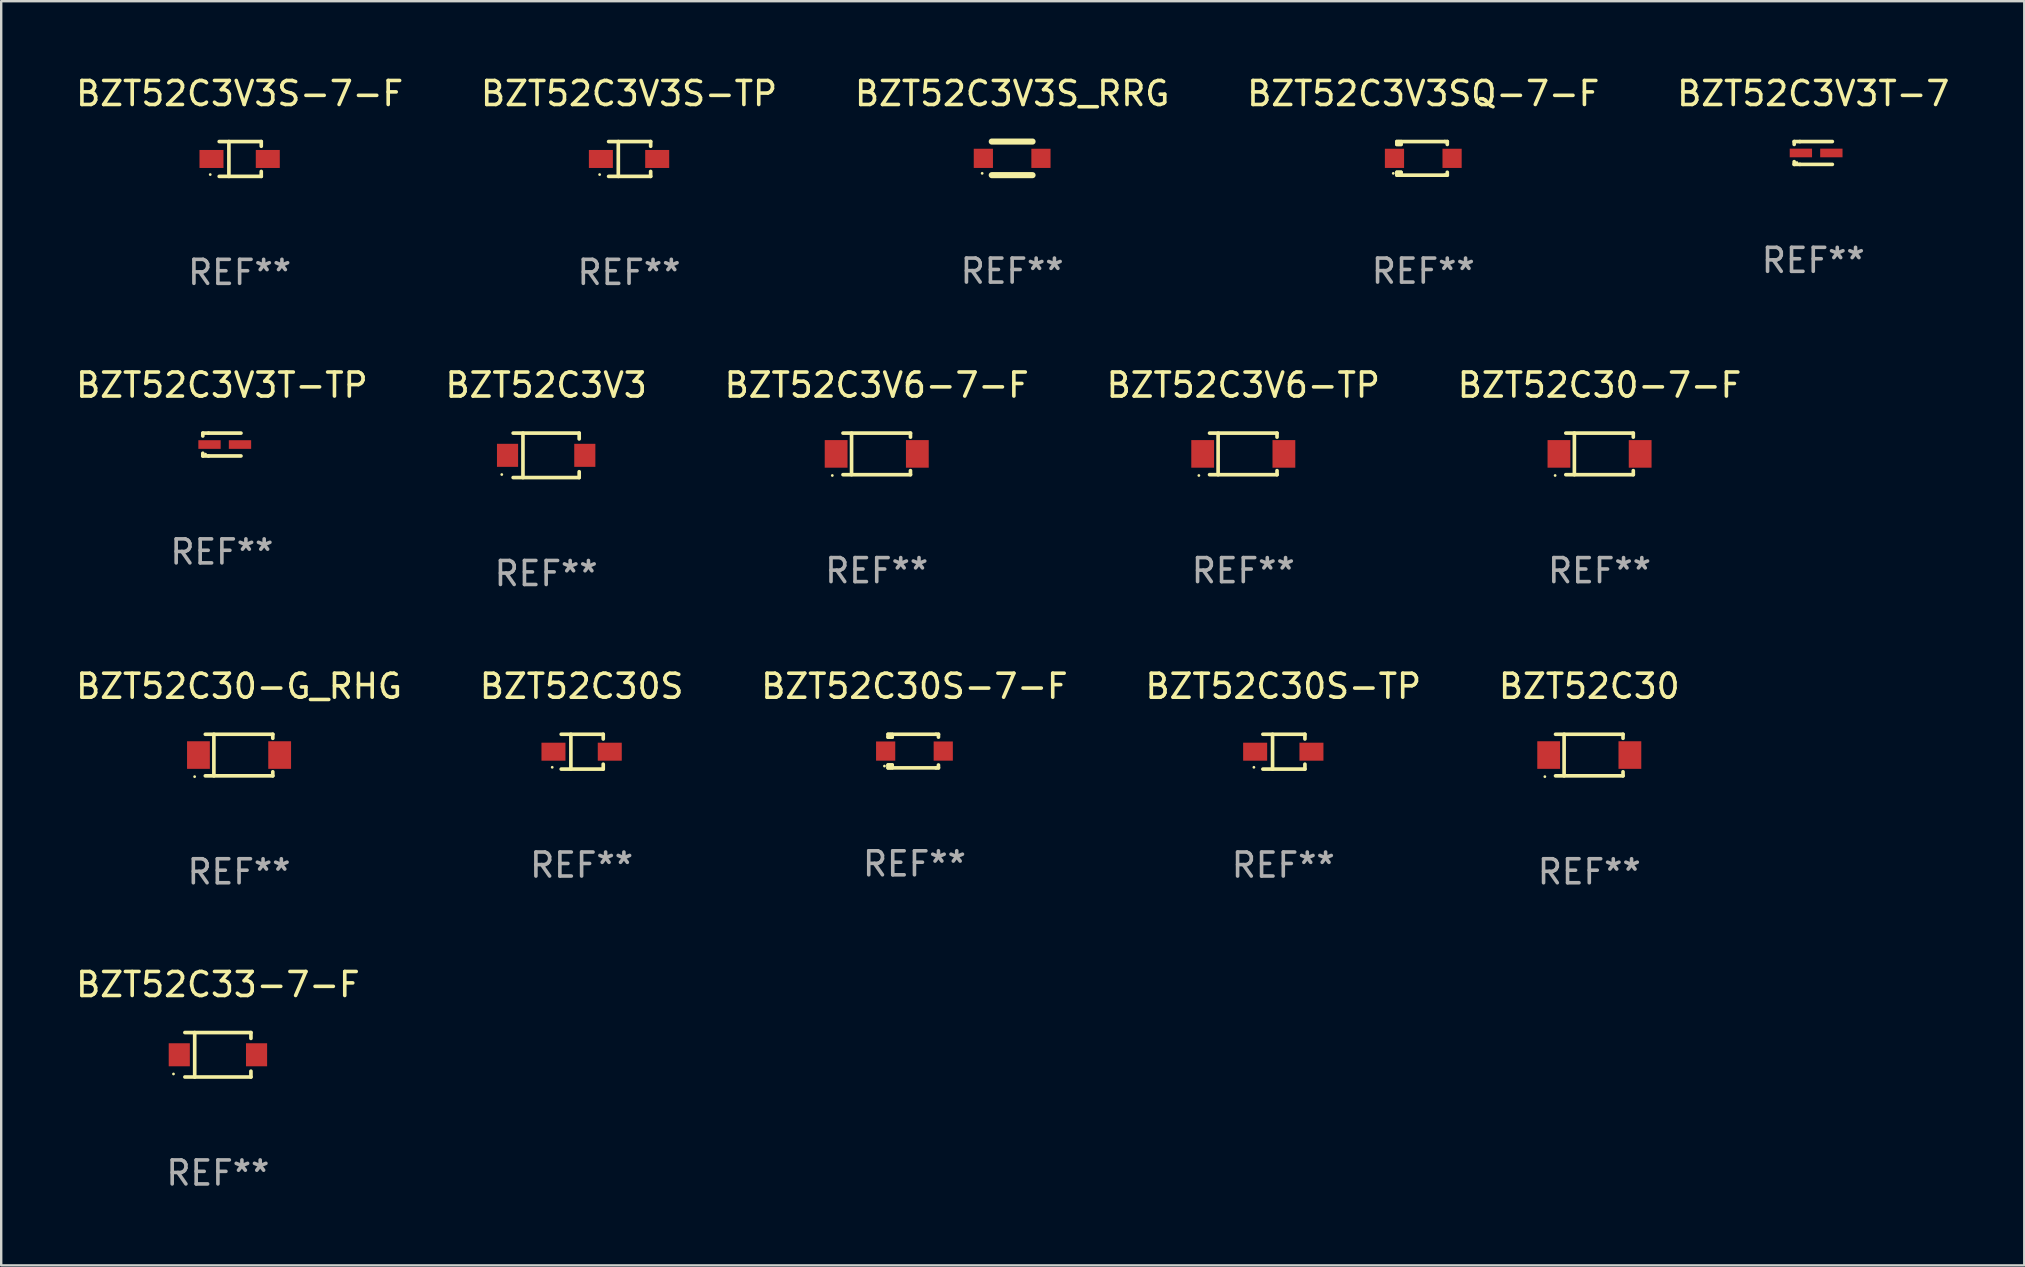
<source format=kicad_pcb>
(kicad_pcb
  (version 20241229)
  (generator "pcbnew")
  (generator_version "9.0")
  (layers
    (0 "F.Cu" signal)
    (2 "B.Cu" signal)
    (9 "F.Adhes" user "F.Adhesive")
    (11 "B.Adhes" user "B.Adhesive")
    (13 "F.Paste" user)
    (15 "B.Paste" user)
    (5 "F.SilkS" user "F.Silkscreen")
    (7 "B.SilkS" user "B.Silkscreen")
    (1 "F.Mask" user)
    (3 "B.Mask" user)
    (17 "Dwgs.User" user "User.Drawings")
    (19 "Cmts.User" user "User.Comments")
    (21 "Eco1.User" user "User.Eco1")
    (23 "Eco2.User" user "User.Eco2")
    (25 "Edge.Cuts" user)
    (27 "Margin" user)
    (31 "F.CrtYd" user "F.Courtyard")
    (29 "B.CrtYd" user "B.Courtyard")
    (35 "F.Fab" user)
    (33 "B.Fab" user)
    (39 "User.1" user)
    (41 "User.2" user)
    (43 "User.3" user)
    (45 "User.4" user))
  (footprint "BZT52C30S-TP"
    (layer "F.Cu")
    (at 50.423 28.272)
    (property "Reference" "BZT52C30S-TP" (at 0 -2.726 0) (layer "F.SilkS") (effects (font (size 1 1) (thickness 0.15))))
    (attr through_hole)
    (fp_line (start -0.851 -0.726) (end 0.901 -0.726) (stroke (width 0.152) (type solid)) (layer "F.SilkS"))
    (fp_line (start -0.851 0.726) (end 0.901 0.726) (stroke (width 0.152) (type solid)) (layer "F.SilkS"))
    (fp_line (start -0.447 -0.726) (end -0.447 0.726) (stroke (width 0.152) (type solid)) (layer "F.SilkS"))
    (fp_line (start 0.901 -0.726) (end 0.901 -0.53) (stroke (width 0.152) (type solid)) (layer "F.SilkS"))
    (fp_line (start 0.901 0.726) (end 0.901 0.52) (stroke (width 0.152) (type solid)) (layer "F.SilkS"))
    (fp_circle (center -1.225 0.65) (end -1.195 0.65) (stroke (width 0.06) (type solid)) (fill no) (layer "F.SilkS"))
    (fp_text user "REF**" (at 0 4.726 0) (layer "F.Fab") (effects (font (size 1 1) (thickness 0.15))))
    (pad "1" smd rect (at -1.173 0) (size 1 0.75) (layers "F.Cu" "F.Mask" "F.Paste"))
    (pad "2" smd rect (at 1.173 0) (size 1 0.75) (layers "F.Cu" "F.Mask" "F.Paste")))
  (footprint "BZT52C33-7-F"
    (layer "F.Cu")
    (at 6.03 40.901)
    (property "Reference" "BZT52C33-7-F" (at 0 -2.926 0) (layer "F.SilkS") (effects (font (size 1 1) (thickness 0.15))))
    (attr through_hole)
    (fp_line (start -1.376 -0.926) (end 1.376 -0.926) (stroke (width 0.152) (type solid)) (layer "F.SilkS"))
    (fp_line (start -1.376 0.926) (end 1.376 0.926) (stroke (width 0.152) (type solid)) (layer "F.SilkS"))
    (fp_line (start -0.967 -0.926) (end -0.967 0.926) (stroke (width 0.152) (type solid)) (layer "F.SilkS"))
    (fp_line (start 1.376 -0.926) (end 1.376 -0.683) (stroke (width 0.152) (type solid)) (layer "F.SilkS"))
    (fp_line (start 1.376 0.926) (end 1.376 0.683) (stroke (width 0.152) (type solid)) (layer "F.SilkS"))
    (fp_circle (center -1.851 0.8) (end -1.821 0.8) (stroke (width 0.06) (type solid)) (fill no) (layer "F.SilkS"))
    (fp_text user "REF**" (at 0 4.926 0) (layer "F.Fab") (effects (font (size 1 1) (thickness 0.15))))
    (pad "1" smd rect (at -1.61 0.000102) (size 0.88 0.96) (layers "F.Cu" "F.Mask" "F.Paste"))
    (pad "2" smd rect (at 1.61 0.000102) (size 0.88 0.96) (layers "F.Cu" "F.Mask" "F.Paste")))
  (footprint "BZT52C3V3S_RRG"
    (layer "F.Cu")
    (at 39.125 3.548)
    (property "Reference" "BZT52C3V3S_RRG" (at 0 -2.7 0) (layer "F.SilkS") (effects (font (size 1 1) (thickness 0.15))))
    (attr through_hole)
    (fp_line (start -0.85 -0.7) (end 0.85 -0.7) (stroke (width 0.254) (type solid)) (layer "F.SilkS"))
    (fp_line (start -0.85 0.7) (end 0.85 0.7) (stroke (width 0.254) (type solid)) (layer "F.SilkS"))
    (fp_circle (center -1.25 0.625) (end -1.22 0.625) (stroke (width 0.06) (type solid)) (fill no) (layer "F.SilkS"))
    (fp_text user "REF**" (at 0 4.7 0) (layer "F.Fab") (effects (font (size 1 1) (thickness 0.15))))
    (pad "1" smd rect (at -1.2 0) (size 0.8 0.8) (layers "F.Cu" "F.Mask" "F.Paste"))
    (pad "2" smd rect (at 1.2 0) (size 0.8 0.8) (layers "F.Cu" "F.Mask" "F.Paste")))
  (footprint "BZT52C3V3"
    (layer "F.Cu")
    (at 19.708 15.923)
    (property "Reference" "BZT52C3V3" (at 0 -2.926 0) (layer "F.SilkS") (effects (font (size 1 1) (thickness 0.15))))
    (attr through_hole)
    (fp_line (start -1.376 -0.926) (end 1.376 -0.926) (stroke (width 0.152) (type solid)) (layer "F.SilkS"))
    (fp_line (start -1.376 0.926) (end 1.376 0.926) (stroke (width 0.152) (type solid)) (layer "F.SilkS"))
    (fp_line (start -0.967 -0.926) (end -0.967 0.926) (stroke (width 0.152) (type solid)) (layer "F.SilkS"))
    (fp_line (start 1.376 -0.926) (end 1.376 -0.683) (stroke (width 0.152) (type solid)) (layer "F.SilkS"))
    (fp_line (start 1.376 0.926) (end 1.376 0.683) (stroke (width 0.152) (type solid)) (layer "F.SilkS"))
    (fp_circle (center -1.85 0.8) (end -1.82 0.8) (stroke (width 0.06) (type solid)) (fill no) (layer "F.SilkS"))
    (fp_text user "REF**" (at 0 4.926 0) (layer "F.Fab") (effects (font (size 1 1) (thickness 0.15))))
    (pad "1" smd rect (at -1.61 0) (size 0.88 0.96) (layers "F.Cu" "F.Mask" "F.Paste"))
    (pad "2" smd rect (at 1.61 0) (size 0.88 0.96) (layers "F.Cu" "F.Mask" "F.Paste")))
  (footprint "BZT52C3V6-7-F"
    (layer "F.Cu")
    (at 33.482 15.863)
    (property "Reference" "BZT52C3V6-7-F" (at 0 -2.866 0) (layer "F.SilkS") (effects (font (size 1 1) (thickness 0.15))))
    (attr through_hole)
    (fp_line (start -1.406 -0.866) (end 1.406 -0.866) (stroke (width 0.152) (type solid)) (layer "F.SilkS"))
    (fp_line (start -1.406 0.866) (end 1.406 0.866) (stroke (width 0.152) (type solid)) (layer "F.SilkS"))
    (fp_line (start -1.049 -0.866) (end -1.049 0.866) (stroke (width 0.152) (type solid)) (layer "F.SilkS"))
    (fp_line (start 1.406 -0.866) (end 1.406 -0.698) (stroke (width 0.152) (type solid)) (layer "F.SilkS"))
    (fp_line (start 1.406 0.866) (end 1.406 0.698) (stroke (width 0.152) (type solid)) (layer "F.SilkS"))
    (fp_circle (center -1.851 0.9) (end -1.821 0.9) (stroke (width 0.06) (type solid)) (fill no) (layer "F.SilkS"))
    (fp_text user "REF**" (at 0 4.866 0) (layer "F.Fab") (effects (font (size 1 1) (thickness 0.15))))
    (pad "1" smd rect (at -1.692 0) (size 0.95 1.15) (layers "F.Cu" "F.Mask" "F.Paste"))
    (pad "2" smd rect (at 1.692 0) (size 0.95 1.15) (layers "F.Cu" "F.Mask" "F.Paste")))
  (footprint "BZT52C3V3T-TP"
    (layer "F.Cu")
    (at 6.196 15.473)
    (property "Reference" "BZT52C3V3T-TP" (at 0 -2.476 0) (layer "F.SilkS") (effects (font (size 1 1) (thickness 0.15))))
    (attr through_hole)
    (fp_line (start -0.795 -0.476) (end -0.795 -0.356) (stroke (width 0.152) (type solid)) (layer "F.SilkS"))
    (fp_line (start -0.795 0.363) (end -0.795 0.476) (stroke (width 0.152) (type solid)) (layer "F.SilkS"))
    (fp_line (start -0.795 0.476) (end -0.557 0.476) (stroke (width 0.152) (type solid)) (layer "F.SilkS"))
    (fp_line (start -0.557 -0.476) (end -0.795 -0.476) (stroke (width 0.152) (type solid)) (layer "F.SilkS"))
    (fp_line (start -0.557 -0.476) (end 0.795 -0.476) (stroke (width 0.152) (type solid)) (layer "F.SilkS"))
    (fp_line (start -0.557 0.476) (end 0.795 0.476) (stroke (width 0.152) (type solid)) (layer "F.SilkS"))
    (fp_circle (center -0.681 0.4) (end -0.651 0.4) (stroke (width 0.06) (type solid)) (fill no) (layer "F.SilkS"))
    (fp_text user "REF**" (at 0 4.476 0) (layer "F.Fab") (effects (font (size 1 1) (thickness 0.15))))
    (pad "1" smd rect (at -0.516 0 180) (size 0.93 0.36) (layers "F.Cu" "F.Mask" "F.Paste"))
    (pad "2" smd rect (at 0.754 0 180) (size 0.93 0.36) (layers "F.Cu" "F.Mask" "F.Paste")))
  (footprint "BZT52C30S"
    (layer "F.Cu")
    (at 21.185 28.272)
    (property "Reference" "BZT52C30S" (at 0 -2.726 0) (layer "F.SilkS") (effects (font (size 1 1) (thickness 0.15))))
    (attr through_hole)
    (fp_line (start -0.851 -0.726) (end 0.901 -0.726) (stroke (width 0.152) (type solid)) (layer "F.SilkS"))
    (fp_line (start -0.851 0.726) (end 0.901 0.726) (stroke (width 0.152) (type solid)) (layer "F.SilkS"))
    (fp_line (start -0.447 -0.726) (end -0.447 0.726) (stroke (width 0.152) (type solid)) (layer "F.SilkS"))
    (fp_line (start 0.901 -0.726) (end 0.901 -0.53) (stroke (width 0.152) (type solid)) (layer "F.SilkS"))
    (fp_line (start 0.901 0.726) (end 0.901 0.52) (stroke (width 0.152) (type solid)) (layer "F.SilkS"))
    (fp_circle (center -1.225 0.65) (end -1.195 0.65) (stroke (width 0.06) (type solid)) (fill no) (layer "F.SilkS"))
    (fp_text user "REF**" (at 0 4.726 0) (layer "F.Fab") (effects (font (size 1 1) (thickness 0.15))))
    (pad "1" smd rect (at -1.173 0) (size 1 0.75) (layers "F.Cu" "F.Mask" "F.Paste"))
    (pad "2" smd rect (at 1.173 0) (size 1 0.75) (layers "F.Cu" "F.Mask" "F.Paste")))
  (footprint "BZT52C3V3T-7"
    (layer "F.Cu")
    (at 72.506 3.324)
    (property "Reference" "BZT52C3V3T-7" (at 0 -2.476 0) (layer "F.SilkS") (effects (font (size 1 1) (thickness 0.15))))
    (attr through_hole)
    (fp_line (start -0.795 -0.476) (end -0.795 -0.356) (stroke (width 0.152) (type solid)) (layer "F.SilkS"))
    (fp_line (start -0.795 0.363) (end -0.795 0.476) (stroke (width 0.152) (type solid)) (layer "F.SilkS"))
    (fp_line (start -0.795 0.476) (end -0.557 0.476) (stroke (width 0.152) (type solid)) (layer "F.SilkS"))
    (fp_line (start -0.557 -0.476) (end -0.795 -0.476) (stroke (width 0.152) (type solid)) (layer "F.SilkS"))
    (fp_line (start -0.557 -0.476) (end 0.795 -0.476) (stroke (width 0.152) (type solid)) (layer "F.SilkS"))
    (fp_line (start -0.557 0.476) (end 0.795 0.476) (stroke (width 0.152) (type solid)) (layer "F.SilkS"))
    (fp_circle (center -0.681 0.4) (end -0.651 0.4) (stroke (width 0.06) (type solid)) (fill no) (layer "F.SilkS"))
    (fp_text user "REF**" (at 0 4.476 0) (layer "F.Fab") (effects (font (size 1 1) (thickness 0.15))))
    (pad "1" smd rect (at -0.516 0 180) (size 0.93 0.36) (layers "F.Cu" "F.Mask" "F.Paste"))
    (pad "2" smd rect (at 0.754 0 180) (size 0.93 0.36) (layers "F.Cu" "F.Mask" "F.Paste")))
  (footprint "BZT52C3V3SQ-7-F"
    (layer "F.Cu")
    (at 56.256 3.548)
    (property "Reference" "BZT52C3V3SQ-7-F" (at 0 -2.7 0) (layer "F.SilkS") (effects (font (size 1 1) (thickness 0.15))))
    (attr through_hole)
    (fp_line (start -1.1 -0.7) (end -1.1 -0.58) (stroke (width 0.152) (type solid)) (layer "F.SilkS"))
    (fp_line (start -1.1 0.58) (end -1.1 0.7) (stroke (width 0.152) (type solid)) (layer "F.SilkS"))
    (fp_line (start -1.1 0.58) (end -0.927 0.58) (stroke (width 0.152) (type solid)) (layer "F.SilkS"))
    (fp_line (start -1.1 0.7) (end 0.9 0.7) (stroke (width 0.152) (type solid)) (layer "F.SilkS"))
    (fp_line (start -1.014 -0.58) (end -1.014 -0.7) (stroke (width 0.152) (type solid)) (layer "F.SilkS"))
    (fp_line (start -1.014 0.7) (end -1.014 0.58) (stroke (width 0.152) (type solid)) (layer "F.SilkS"))
    (fp_line (start -0.927 -0.7) (end -0.927 -0.58) (stroke (width 0.152) (type solid)) (layer "F.SilkS"))
    (fp_line (start -0.927 -0.58) (end -1.1 -0.58) (stroke (width 0.152) (type solid)) (layer "F.SilkS"))
    (fp_line (start -0.927 0.58) (end -0.927 0.7) (stroke (width 0.152) (type solid)) (layer "F.SilkS"))
    (fp_line (start 0.9 -0.7) (end -1.1 -0.7) (stroke (width 0.152) (type solid)) (layer "F.SilkS"))
    (fp_line (start 0.9 0.7) (end 1 0.7) (stroke (width 0.152) (type solid)) (layer "F.SilkS"))
    (fp_line (start 1 -0.7) (end 0.9 -0.7) (stroke (width 0.152) (type solid)) (layer "F.SilkS"))
    (fp_line (start 1 -0.58) (end 1 -0.7) (stroke (width 0.152) (type solid)) (layer "F.SilkS"))
    (fp_line (start 1 0.7) (end 1 0.58) (stroke (width 0.152) (type solid)) (layer "F.SilkS"))
    (fp_circle (center -1.25 0.625) (end -1.22 0.625) (stroke (width 0.06) (type solid)) (fill no) (layer "F.SilkS"))
    (fp_text user "REF**" (at 0 4.7 0) (layer "F.Fab") (effects (font (size 1 1) (thickness 0.15))))
    (pad "1" smd rect (at -1.2 0) (size 0.8 0.8) (layers "F.Cu" "F.Mask" "F.Paste"))
    (pad "2" smd rect (at 1.2 0) (size 0.8 0.8) (layers "F.Cu" "F.Mask" "F.Paste")))
  (footprint "BZT52C3V6-TP"
    (layer "F.Cu")
    (at 48.756 15.863)
    (property "Reference" "BZT52C3V6-TP" (at 0 -2.866 0) (layer "F.SilkS") (effects (font (size 1 1) (thickness 0.15))))
    (attr through_hole)
    (fp_line (start -1.406 -0.866) (end 1.406 -0.866) (stroke (width 0.152) (type solid)) (layer "F.SilkS"))
    (fp_line (start -1.406 0.866) (end 1.406 0.866) (stroke (width 0.152) (type solid)) (layer "F.SilkS"))
    (fp_line (start -1.049 -0.866) (end -1.049 0.866) (stroke (width 0.152) (type solid)) (layer "F.SilkS"))
    (fp_line (start 1.406 -0.866) (end 1.406 -0.698) (stroke (width 0.152) (type solid)) (layer "F.SilkS"))
    (fp_line (start 1.406 0.866) (end 1.406 0.698) (stroke (width 0.152) (type solid)) (layer "F.SilkS"))
    (fp_circle (center -1.851 0.9) (end -1.821 0.9) (stroke (width 0.06) (type solid)) (fill no) (layer "F.SilkS"))
    (fp_text user "REF**" (at 0 4.866 0) (layer "F.Fab") (effects (font (size 1 1) (thickness 0.15))))
    (pad "1" smd rect (at -1.692 0) (size 0.95 1.15) (layers "F.Cu" "F.Mask" "F.Paste"))
    (pad "2" smd rect (at 1.692 0) (size 0.95 1.15) (layers "F.Cu" "F.Mask" "F.Paste")))
  (footprint "BZT52C3V3S-TP"
    (layer "F.Cu")
    (at 23.161 3.574)
    (property "Reference" "BZT52C3V3S-TP" (at 0 -2.726 0) (layer "F.SilkS") (effects (font (size 1 1) (thickness 0.15))))
    (attr through_hole)
    (fp_line (start -0.851 -0.726) (end 0.901 -0.726) (stroke (width 0.152) (type solid)) (layer "F.SilkS"))
    (fp_line (start -0.851 0.726) (end 0.901 0.726) (stroke (width 0.152) (type solid)) (layer "F.SilkS"))
    (fp_line (start -0.447 -0.726) (end -0.447 0.726) (stroke (width 0.152) (type solid)) (layer "F.SilkS"))
    (fp_line (start 0.901 -0.726) (end 0.901 -0.53) (stroke (width 0.152) (type solid)) (layer "F.SilkS"))
    (fp_line (start 0.901 0.726) (end 0.901 0.52) (stroke (width 0.152) (type solid)) (layer "F.SilkS"))
    (fp_circle (center -1.225 0.65) (end -1.195 0.65) (stroke (width 0.06) (type solid)) (fill no) (layer "F.SilkS"))
    (fp_text user "REF**" (at 0 4.726 0) (layer "F.Fab") (effects (font (size 1 1) (thickness 0.15))))
    (pad "1" smd rect (at -1.173 0) (size 1 0.75) (layers "F.Cu" "F.Mask" "F.Paste"))
    (pad "2" smd rect (at 1.173 0) (size 1 0.75) (layers "F.Cu" "F.Mask" "F.Paste")))
  (footprint "BZT52C30S-7-F"
    (layer "F.Cu")
    (at 35.054 28.246)
    (property "Reference" "BZT52C30S-7-F" (at 0 -2.7 0) (layer "F.SilkS") (effects (font (size 1 1) (thickness 0.15))))
    (attr through_hole)
    (fp_line (start -1.1 -0.7) (end -1.1 -0.58) (stroke (width 0.152) (type solid)) (layer "F.SilkS"))
    (fp_line (start -1.1 0.58) (end -1.1 0.7) (stroke (width 0.152) (type solid)) (layer "F.SilkS"))
    (fp_line (start -1.1 0.58) (end -0.927 0.58) (stroke (width 0.152) (type solid)) (layer "F.SilkS"))
    (fp_line (start -1.1 0.7) (end 0.9 0.7) (stroke (width 0.152) (type solid)) (layer "F.SilkS"))
    (fp_line (start -1.014 -0.58) (end -1.014 -0.7) (stroke (width 0.152) (type solid)) (layer "F.SilkS"))
    (fp_line (start -1.014 0.7) (end -1.014 0.58) (stroke (width 0.152) (type solid)) (layer "F.SilkS"))
    (fp_line (start -0.927 -0.7) (end -0.927 -0.58) (stroke (width 0.152) (type solid)) (layer "F.SilkS"))
    (fp_line (start -0.927 -0.58) (end -1.1 -0.58) (stroke (width 0.152) (type solid)) (layer "F.SilkS"))
    (fp_line (start -0.927 0.58) (end -0.927 0.7) (stroke (width 0.152) (type solid)) (layer "F.SilkS"))
    (fp_line (start 0.9 -0.7) (end -1.1 -0.7) (stroke (width 0.152) (type solid)) (layer "F.SilkS"))
    (fp_line (start 0.9 0.7) (end 1 0.7) (stroke (width 0.152) (type solid)) (layer "F.SilkS"))
    (fp_line (start 1 -0.7) (end 0.9 -0.7) (stroke (width 0.152) (type solid)) (layer "F.SilkS"))
    (fp_line (start 1 -0.58) (end 1 -0.7) (stroke (width 0.152) (type solid)) (layer "F.SilkS"))
    (fp_line (start 1 0.7) (end 1 0.58) (stroke (width 0.152) (type solid)) (layer "F.SilkS"))
    (fp_circle (center -1.25 0.625) (end -1.22 0.625) (stroke (width 0.06) (type solid)) (fill no) (layer "F.SilkS"))
    (fp_text user "REF**" (at 0 4.7 0) (layer "F.Fab") (effects (font (size 1 1) (thickness 0.15))))
    (pad "1" smd rect (at -1.2 0) (size 0.8 0.8) (layers "F.Cu" "F.Mask" "F.Paste"))
    (pad "2" smd rect (at 1.2 0) (size 0.8 0.8) (layers "F.Cu" "F.Mask" "F.Paste")))
  (footprint "BZT52C30-7-F"
    (layer "F.Cu")
    (at 63.601 15.863)
    (property "Reference" "BZT52C30-7-F" (at 0 -2.866 0) (layer "F.SilkS") (effects (font (size 1 1) (thickness 0.15))))
    (attr through_hole)
    (fp_line (start -1.406 -0.866) (end 1.406 -0.866) (stroke (width 0.152) (type solid)) (layer "F.SilkS"))
    (fp_line (start -1.406 0.866) (end 1.406 0.866) (stroke (width 0.152) (type solid)) (layer "F.SilkS"))
    (fp_line (start -1.049 -0.866) (end -1.049 0.866) (stroke (width 0.152) (type solid)) (layer "F.SilkS"))
    (fp_line (start 1.406 -0.866) (end 1.406 -0.698) (stroke (width 0.152) (type solid)) (layer "F.SilkS"))
    (fp_line (start 1.406 0.866) (end 1.406 0.698) (stroke (width 0.152) (type solid)) (layer "F.SilkS"))
    (fp_circle (center -1.851 0.9) (end -1.821 0.9) (stroke (width 0.06) (type solid)) (fill no) (layer "F.SilkS"))
    (fp_text user "REF**" (at 0 4.866 0) (layer "F.Fab") (effects (font (size 1 1) (thickness 0.15))))
    (pad "1" smd rect (at -1.692 0) (size 0.95 1.15) (layers "F.Cu" "F.Mask" "F.Paste"))
    (pad "2" smd rect (at 1.692 0) (size 0.95 1.15) (layers "F.Cu" "F.Mask" "F.Paste")))
  (footprint "BZT52C30-G_RHG"
    (layer "F.Cu")
    (at 6.911 28.412)
    (property "Reference" "BZT52C30-G_RHG" (at 0 -2.866 0) (layer "F.SilkS") (effects (font (size 1 1) (thickness 0.15))))
    (attr through_hole)
    (fp_line (start -1.406 -0.866) (end 1.406 -0.866) (stroke (width 0.152) (type solid)) (layer "F.SilkS"))
    (fp_line (start -1.406 0.866) (end 1.406 0.866) (stroke (width 0.152) (type solid)) (layer "F.SilkS"))
    (fp_line (start -1.049 -0.866) (end -1.049 0.866) (stroke (width 0.152) (type solid)) (layer "F.SilkS"))
    (fp_line (start 1.406 -0.866) (end 1.406 -0.698) (stroke (width 0.152) (type solid)) (layer "F.SilkS"))
    (fp_line (start 1.406 0.866) (end 1.406 0.698) (stroke (width 0.152) (type solid)) (layer "F.SilkS"))
    (fp_circle (center -1.851 0.9) (end -1.821 0.9) (stroke (width 0.06) (type solid)) (fill no) (layer "F.SilkS"))
    (fp_text user "REF**" (at 0 4.866 0) (layer "F.Fab") (effects (font (size 1 1) (thickness 0.15))))
    (pad "1" smd rect (at -1.692 0) (size 0.95 1.15) (layers "F.Cu" "F.Mask" "F.Paste"))
    (pad "2" smd rect (at 1.692 0) (size 0.95 1.15) (layers "F.Cu" "F.Mask" "F.Paste")))
  (footprint "BZT52C3V3S-7-F"
    (layer "F.Cu")
    (at 6.935 3.574)
    (property "Reference" "BZT52C3V3S-7-F" (at 0 -2.726 0) (layer "F.SilkS") (effects (font (size 1 1) (thickness 0.15))))
    (attr through_hole)
    (fp_line (start -0.851 -0.726) (end 0.901 -0.726) (stroke (width 0.152) (type solid)) (layer "F.SilkS"))
    (fp_line (start -0.851 0.726) (end 0.901 0.726) (stroke (width 0.152) (type solid)) (layer "F.SilkS"))
    (fp_line (start -0.447 -0.726) (end -0.447 0.726) (stroke (width 0.152) (type solid)) (layer "F.SilkS"))
    (fp_line (start 0.901 -0.726) (end 0.901 -0.53) (stroke (width 0.152) (type solid)) (layer "F.SilkS"))
    (fp_line (start 0.901 0.726) (end 0.901 0.52) (stroke (width 0.152) (type solid)) (layer "F.SilkS"))
    (fp_circle (center -1.225 0.65) (end -1.195 0.65) (stroke (width 0.06) (type solid)) (fill no) (layer "F.SilkS"))
    (fp_text user "REF**" (at 0 4.726 0) (layer "F.Fab") (effects (font (size 1 1) (thickness 0.15))))
    (pad "1" smd rect (at -1.173 0) (size 1 0.75) (layers "F.Cu" "F.Mask" "F.Paste"))
    (pad "2" smd rect (at 1.173 0) (size 1 0.75) (layers "F.Cu" "F.Mask" "F.Paste")))
  (footprint "BZT52C30"
    (layer "F.Cu")
    (at 63.173 28.412)
    (property "Reference" "BZT52C30" (at 0 -2.866 0) (layer "F.SilkS") (effects (font (size 1 1) (thickness 0.15))))
    (attr through_hole)
    (fp_line (start -1.406 -0.866) (end 1.406 -0.866) (stroke (width 0.152) (type solid)) (layer "F.SilkS"))
    (fp_line (start -1.406 0.866) (end 1.406 0.866) (stroke (width 0.152) (type solid)) (layer "F.SilkS"))
    (fp_line (start -1.049 -0.866) (end -1.049 0.866) (stroke (width 0.152) (type solid)) (layer "F.SilkS"))
    (fp_line (start 1.406 -0.866) (end 1.406 -0.698) (stroke (width 0.152) (type solid)) (layer "F.SilkS"))
    (fp_line (start 1.406 0.866) (end 1.406 0.698) (stroke (width 0.152) (type solid)) (layer "F.SilkS"))
    (fp_circle (center -1.851 0.9) (end -1.821 0.9) (stroke (width 0.06) (type solid)) (fill no) (layer "F.SilkS"))
    (fp_text user "REF**" (at 0 4.866 0) (layer "F.Fab") (effects (font (size 1 1) (thickness 0.15))))
    (pad "1" smd rect (at -1.692 0) (size 0.95 1.15) (layers "F.Cu" "F.Mask" "F.Paste"))
    (pad "2" smd rect (at 1.692 0) (size 0.95 1.15) (layers "F.Cu" "F.Mask" "F.Paste")))
  (gr_rect
    (start -3 -3)
    (end 81.298 49.676)
    (stroke (width 0.1) (type default))
    (fill no)
    (layer "Edge.Cuts")))
</source>
